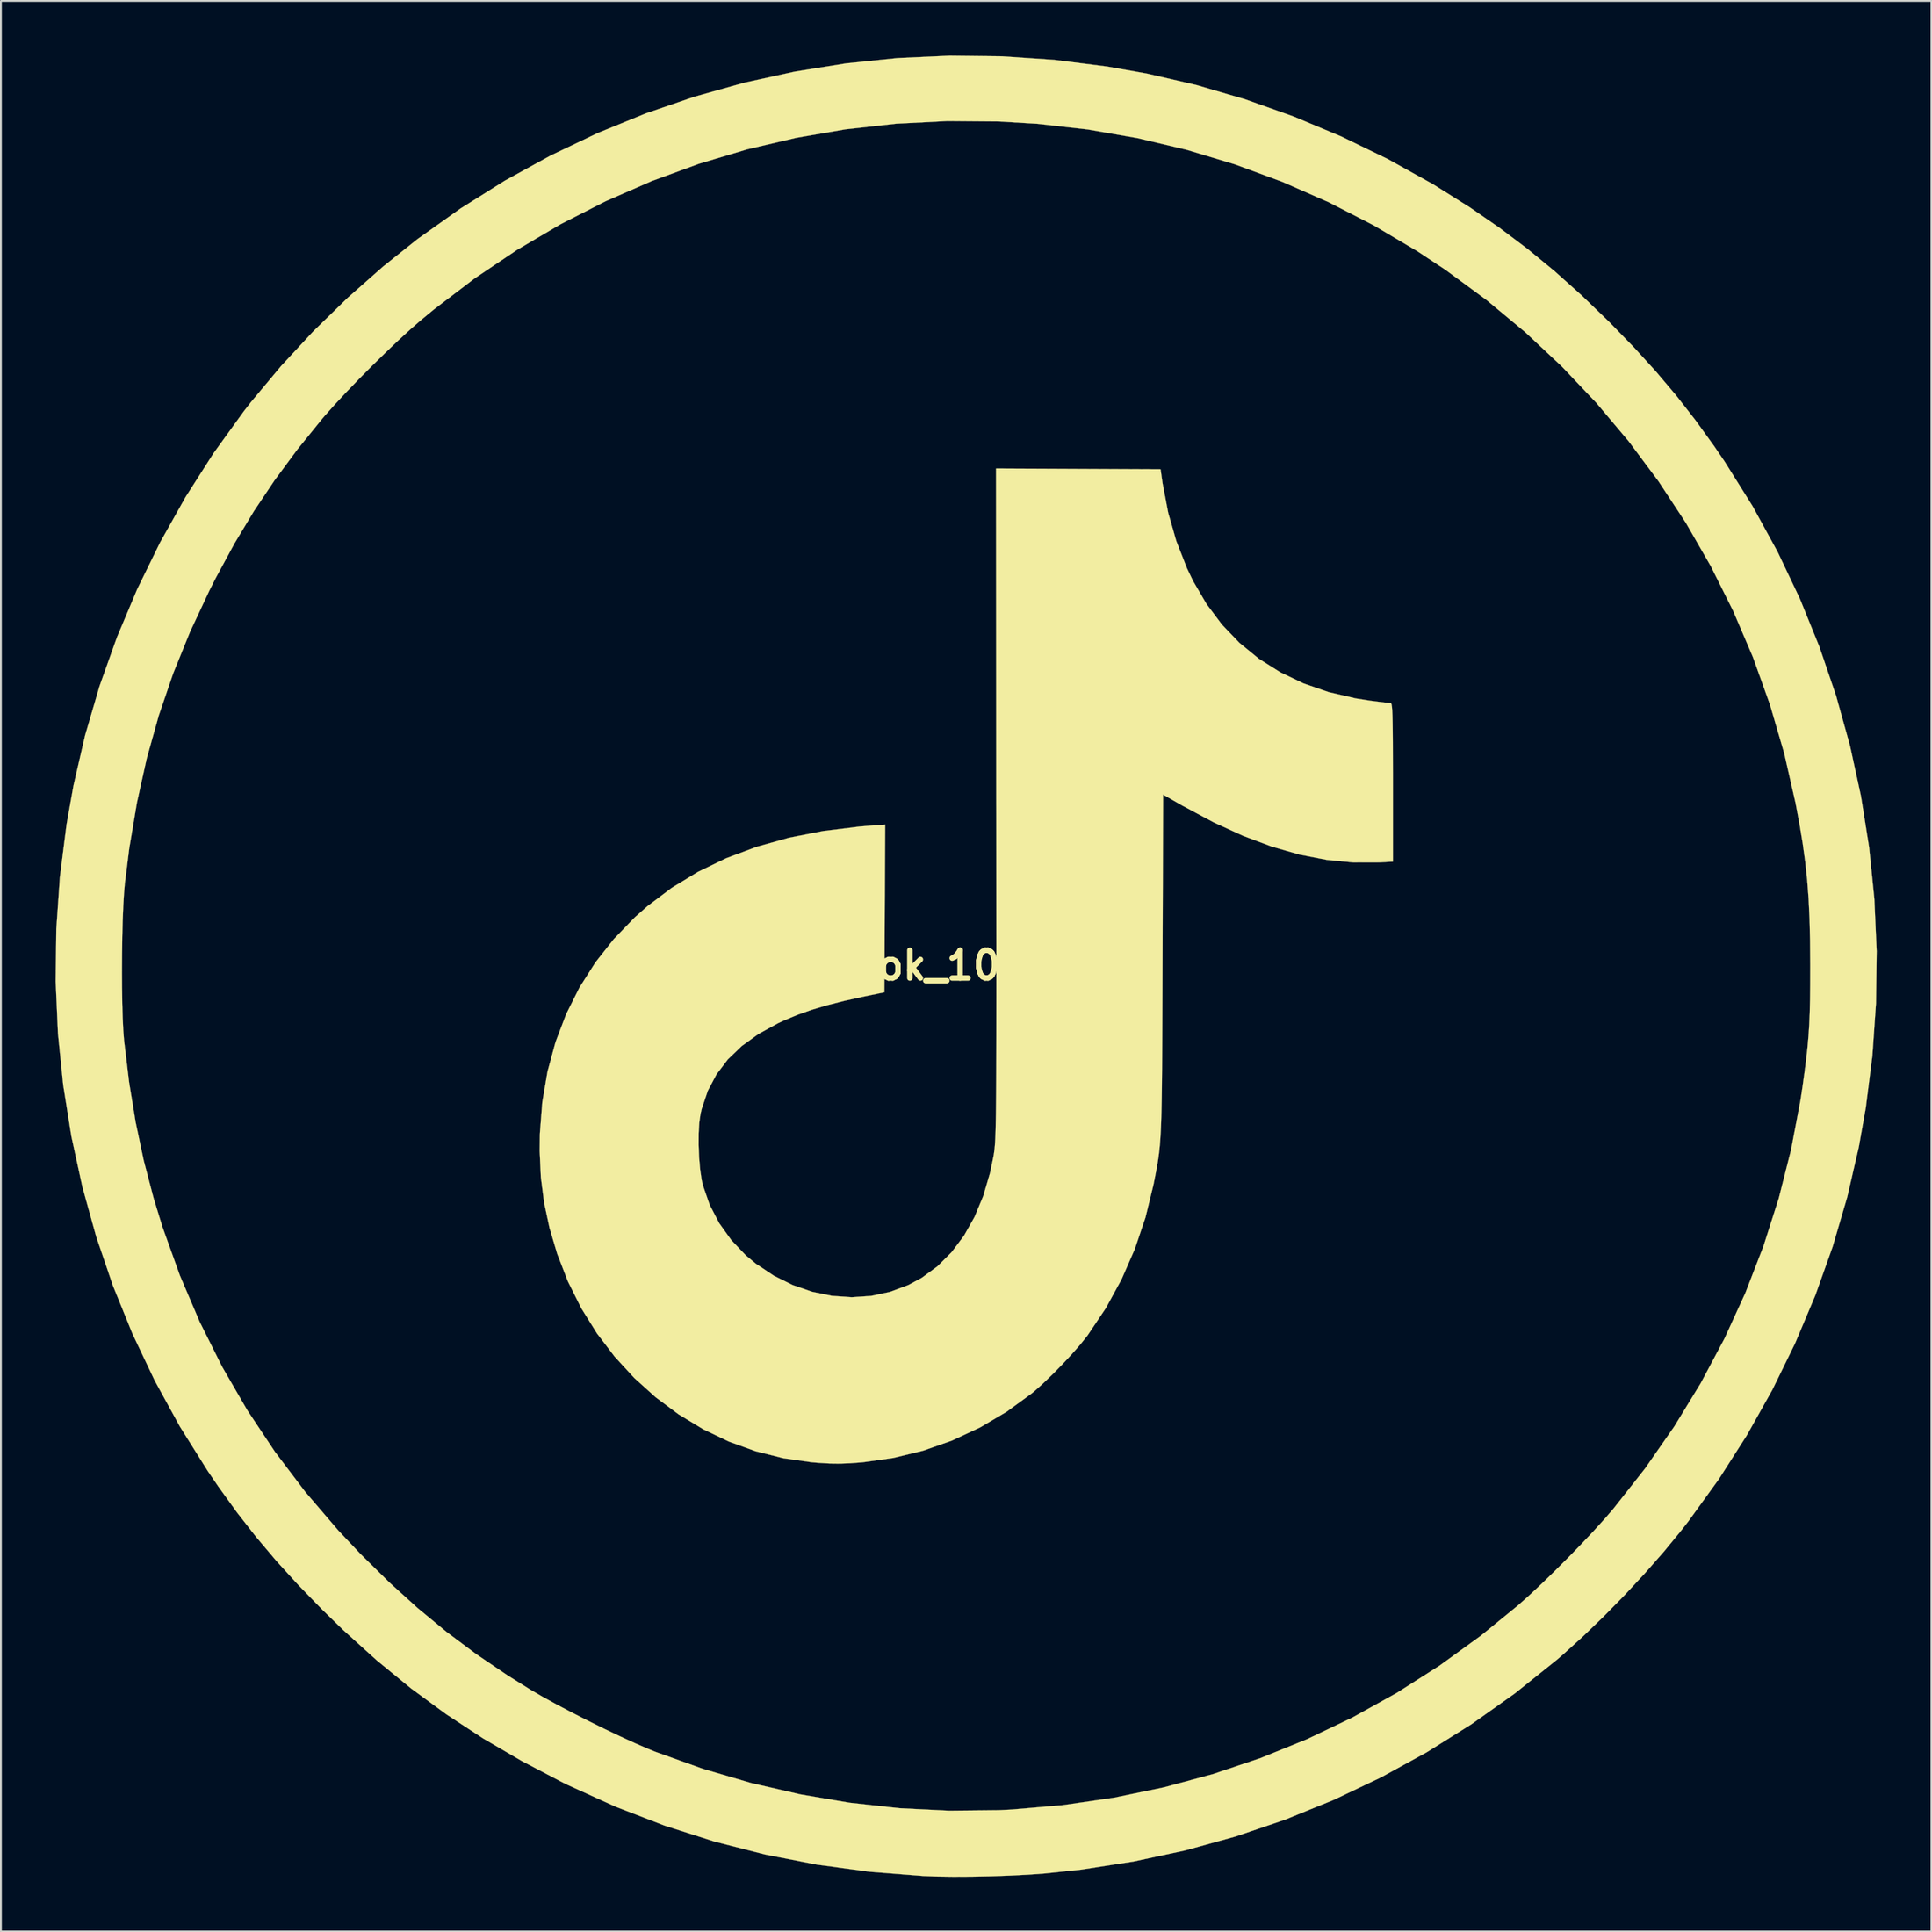
<source format=kicad_pcb>
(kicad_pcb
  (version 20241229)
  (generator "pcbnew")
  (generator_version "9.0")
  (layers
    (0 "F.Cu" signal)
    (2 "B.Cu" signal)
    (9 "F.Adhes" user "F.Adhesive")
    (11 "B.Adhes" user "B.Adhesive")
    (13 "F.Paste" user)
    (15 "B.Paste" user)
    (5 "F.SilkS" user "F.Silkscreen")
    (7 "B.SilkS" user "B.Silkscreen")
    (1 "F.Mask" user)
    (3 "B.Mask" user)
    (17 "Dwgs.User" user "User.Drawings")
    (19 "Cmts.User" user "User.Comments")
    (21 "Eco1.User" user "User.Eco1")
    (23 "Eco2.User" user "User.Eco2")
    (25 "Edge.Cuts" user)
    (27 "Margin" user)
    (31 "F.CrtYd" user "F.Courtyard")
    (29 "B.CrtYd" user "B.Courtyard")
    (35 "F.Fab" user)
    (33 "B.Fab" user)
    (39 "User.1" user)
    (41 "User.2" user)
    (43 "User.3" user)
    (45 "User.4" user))
  (footprint "tiktok_10x10_F"
    (layer "F.Cu")
    (at 49.914 49.917)
    (property "Reference" "tiktok_10x10_F" (at 0 0 0) (layer "F.SilkS") (effects (font (size 1.524 1.524) (thickness 0.3))))
    (attr through_hole)
    (fp_poly (pts (xy 10.707 -27.22) (xy 10.816 -26.46) (xy 11.123 -24.844) (xy 11.571 -23.28) (xy 12.153 -21.795) (xy 12.497 -21.08) (xy 13.229 -19.827) (xy 14.075 -18.7) (xy 15.031 -17.7) (xy 16.096 -16.828) (xy 17.269 -16.086) (xy 18.547 -15.474) (xy 19.928 -14.995) (xy 21.412 -14.649) (xy 22.231 -14.521) (xy 22.629 -14.47) (xy 22.971 -14.429) (xy 23.219 -14.402) (xy 23.33 -14.393) (xy 23.358 -14.375) (xy 23.381 -14.31) (xy 23.4 -14.187) (xy 23.416 -13.992) (xy 23.428 -13.713) (xy 23.437 -13.336) (xy 23.444 -12.848) (xy 23.449 -12.237) (xy 23.451 -11.489) (xy 23.453 -10.592) (xy 23.453 -10.044) (xy 23.453 -5.694) (xy 22.712 -5.654) (xy 21.28 -5.651) (xy 19.823 -5.793) (xy 18.333 -6.083) (xy 16.804 -6.523) (xy 15.231 -7.114) (xy 13.607 -7.858) (xy 11.925 -8.758) (xy 11.871 -8.788) (xy 10.847 -9.375) (xy 10.814 -0.094) (xy 10.809 1.397) (xy 10.804 2.731) (xy 10.799 3.917) (xy 10.793 4.968) (xy 10.786 5.894) (xy 10.778 6.706) (xy 10.768 7.416) (xy 10.755 8.035) (xy 10.739 8.573) (xy 10.72 9.043) (xy 10.697 9.455) (xy 10.67 9.821) (xy 10.638 10.151) (xy 10.601 10.457) (xy 10.558 10.749) (xy 10.509 11.04) (xy 10.453 11.34) (xy 10.391 11.66) (xy 10.321 12.012) (xy 10.319 12.023) (xy 9.881 13.816) (xy 9.295 15.553) (xy 8.567 17.219) (xy 7.705 18.798) (xy 6.715 20.275) (xy 6.659 20.35) (xy 6.3 20.798) (xy 5.846 21.316) (xy 5.334 21.867) (xy 4.799 22.412) (xy 4.278 22.915) (xy 3.807 23.338) (xy 3.641 23.476) (xy 2.259 24.486) (xy 0.799 25.349) (xy -0.729 26.062) (xy -2.317 26.62) (xy -3.954 27.019) (xy -5.63 27.256) (xy -5.673 27.26) (xy -6.326 27.309) (xy -6.894 27.33) (xy -7.446 27.323) (xy -8.055 27.287) (xy -8.433 27.255) (xy -9.991 27.033) (xy -11.509 26.651) (xy -12.978 26.119) (xy -14.387 25.443) (xy -15.727 24.631) (xy -16.99 23.691) (xy -18.165 22.631) (xy -19.243 21.459) (xy -20.215 20.181) (xy -21.071 18.807) (xy -21.803 17.342) (xy -22.395 15.814) (xy -22.816 14.394) (xy -23.111 13.014) (xy -23.289 11.625) (xy -23.355 10.178) (xy -23.344 9.231) (xy -23.21 7.492) (xy -22.923 5.814) (xy -22.485 4.203) (xy -21.9 2.665) (xy -21.169 1.206) (xy -20.296 -0.168) (xy -19.285 -1.451) (xy -18.136 -2.638) (xy -17.436 -3.257) (xy -16.107 -4.259) (xy -14.668 -5.134) (xy -13.118 -5.883) (xy -11.457 -6.506) (xy -9.684 -7.003) (xy -7.799 -7.374) (xy -5.8 -7.62) (xy -5.227 -7.666) (xy -4.401 -7.725) (xy -4.423 -3.128) (xy -4.445 1.47) (xy -5.546 1.699) (xy -6.641 1.941) (xy -7.598 2.184) (xy -8.448 2.437) (xy -9.22 2.711) (xy -9.947 3.014) (xy -10.288 3.173) (xy -11.354 3.759) (xy -12.27 4.42) (xy -13.036 5.157) (xy -13.656 5.974) (xy -14.131 6.873) (xy -14.464 7.858) (xy -14.534 8.155) (xy -14.6 8.624) (xy -14.634 9.211) (xy -14.636 9.865) (xy -14.609 10.539) (xy -14.554 11.184) (xy -14.472 11.75) (xy -14.402 12.065) (xy -14.03 13.134) (xy -13.506 14.142) (xy -12.842 15.07) (xy -12.051 15.902) (xy -11.493 16.367) (xy -10.509 17.022) (xy -9.477 17.535) (xy -8.412 17.903) (xy -7.33 18.126) (xy -6.246 18.203) (xy -5.175 18.131) (xy -4.134 17.91) (xy -3.138 17.539) (xy -2.397 17.141) (xy -1.532 16.507) (xy -0.758 15.734) (xy -0.078 14.829) (xy 0.502 13.799) (xy 0.98 12.65) (xy 1.352 11.388) (xy 1.535 10.508) (xy 1.555 10.395) (xy 1.573 10.282) (xy 1.589 10.162) (xy 1.605 10.029) (xy 1.618 9.875) (xy 1.631 9.693) (xy 1.642 9.477) (xy 1.652 9.218) (xy 1.661 8.911) (xy 1.669 8.549) (xy 1.676 8.123) (xy 1.681 7.628) (xy 1.686 7.057) (xy 1.69 6.401) (xy 1.694 5.655) (xy 1.696 4.812) (xy 1.698 3.863) (xy 1.699 2.803) (xy 1.7 1.625) (xy 1.7 0.321) (xy 1.7 -1.116) (xy 1.699 -2.693) (xy 1.698 -4.416) (xy 1.697 -6.292) (xy 1.696 -8.329) (xy 1.695 -8.87) (xy 1.682 -27.264) (xy 10.707 -27.22)) (stroke (width 0.01) (type solid)) (fill yes) (layer "F.SilkS"))
    (fp_poly (pts (xy 2.003 -49.879) (xy 4.878 -49.683) (xy 7.756 -49.32) (xy 9.948 -48.932) (xy 12.656 -48.307) (xy 15.348 -47.519) (xy 18.008 -46.574) (xy 20.621 -45.479) (xy 23.171 -44.241) (xy 25.644 -42.865) (xy 27.673 -41.591) (xy 29.293 -40.474) (xy 30.83 -39.317) (xy 32.321 -38.092) (xy 33.8 -36.768) (xy 35.305 -35.318) (xy 35.355 -35.268) (xy 36.679 -33.907) (xy 37.882 -32.586) (xy 38.996 -31.268) (xy 40.05 -29.916) (xy 41.076 -28.494) (xy 41.654 -27.644) (xy 43.179 -25.209) (xy 44.554 -22.701) (xy 45.778 -20.125) (xy 46.849 -17.489) (xy 47.766 -14.799) (xy 48.528 -12.063) (xy 49.133 -9.287) (xy 49.58 -6.478) (xy 49.867 -3.643) (xy 49.994 -0.789) (xy 49.958 2.076) (xy 49.759 4.947) (xy 49.395 7.816) (xy 49.016 9.948) (xy 48.381 12.698) (xy 47.583 15.418) (xy 46.628 18.098) (xy 45.52 20.726) (xy 44.265 23.291) (xy 42.868 25.78) (xy 41.335 28.182) (xy 39.671 30.486) (xy 39.266 31.007) (xy 38.327 32.151) (xy 37.286 33.337) (xy 36.179 34.53) (xy 35.039 35.693) (xy 33.9 36.792) (xy 32.798 37.791) (xy 32.427 38.11) (xy 30.139 39.94) (xy 27.768 41.624) (xy 25.318 43.16) (xy 22.794 44.546) (xy 20.201 45.78) (xy 17.543 46.861) (xy 14.826 47.785) (xy 12.053 48.552) (xy 9.23 49.158) (xy 6.361 49.603) (xy 4.318 49.818) (xy 3.427 49.882) (xy 2.438 49.933) (xy 1.397 49.969) (xy 0.348 49.989) (xy -0.662 49.994) (xy -1.589 49.981) (xy -2.299 49.955) (xy -5.248 49.722) (xy -8.141 49.33) (xy -10.98 48.777) (xy -13.766 48.064) (xy -16.5 47.19) (xy -19.182 46.156) (xy -21.815 44.959) (xy -22.098 44.82) (xy -24.356 43.635) (xy -26.477 42.394) (xy -28.488 41.075) (xy -30.415 39.66) (xy -32.287 38.129) (xy -34.131 36.461) (xy -35.27 35.353) (xy -36.594 33.992) (xy -37.798 32.671) (xy -38.911 31.353) (xy -39.966 30.001) (xy -40.991 28.578) (xy -41.57 27.728) (xy -43.095 25.294) (xy -44.47 22.786) (xy -45.694 20.21) (xy -46.765 17.573) (xy -47.682 14.884) (xy -48.443 12.147) (xy -49.048 9.371) (xy -49.495 6.562) (xy -49.783 3.728) (xy -49.909 0.874) (xy -49.902 0.281) (xy -46.274 0.281) (xy -46.27 1.197) (xy -46.257 2.068) (xy -46.234 2.861) (xy -46.202 3.548) (xy -46.16 4.096) (xy -46.159 4.106) (xy -45.881 6.414) (xy -45.523 8.604) (xy -45.077 10.713) (xy -44.535 12.777) (xy -44.051 14.351) (xy -43.097 17.006) (xy -42.005 19.564) (xy -40.773 22.028) (xy -39.399 24.4) (xy -37.881 26.683) (xy -36.219 28.88) (xy -34.409 30.994) (xy -33.189 32.288) (xy -31.612 33.842) (xy -30.049 35.259) (xy -28.467 36.565) (xy -26.834 37.787) (xy -25.116 38.95) (xy -23.856 39.738) (xy -23.212 40.113) (xy -22.453 40.531) (xy -21.613 40.975) (xy -20.725 41.428) (xy -19.826 41.873) (xy -18.948 42.292) (xy -18.127 42.668) (xy -17.396 42.985) (xy -17.024 43.136) (xy -14.416 44.073) (xy -11.76 44.853) (xy -9.067 45.475) (xy -6.349 45.937) (xy -3.618 46.237) (xy -0.883 46.373) (xy 1.843 46.344) (xy 2.54 46.31) (xy 5.374 46.065) (xy 8.159 45.659) (xy 10.893 45.092) (xy 13.572 44.368) (xy 16.193 43.486) (xy 18.75 42.448) (xy 21.241 41.257) (xy 23.662 39.913) (xy 26.009 38.418) (xy 28.279 36.773) (xy 30.311 35.116) (xy 30.919 34.575) (xy 31.6 33.937) (xy 32.326 33.233) (xy 33.067 32.492) (xy 33.794 31.744) (xy 34.477 31.019) (xy 35.086 30.347) (xy 35.552 29.807) (xy 37.293 27.594) (xy 38.89 25.297) (xy 40.34 22.924) (xy 41.642 20.479) (xy 42.791 17.97) (xy 43.785 15.401) (xy 44.623 12.779) (xy 45.3 10.111) (xy 45.815 7.4) (xy 45.925 6.671) (xy 46.037 5.863) (xy 46.128 5.15) (xy 46.2 4.499) (xy 46.255 3.878) (xy 46.296 3.254) (xy 46.323 2.596) (xy 46.341 1.872) (xy 46.349 1.047) (xy 46.351 0.092) (xy 46.351 -0.085) (xy 46.341 -1.399) (xy 46.312 -2.581) (xy 46.26 -3.665) (xy 46.183 -4.688) (xy 46.076 -5.685) (xy 45.938 -6.692) (xy 45.764 -7.744) (xy 45.552 -8.877) (xy 45.541 -8.932) (xy 44.92 -11.651) (xy 44.141 -14.312) (xy 43.209 -16.911) (xy 42.127 -19.442) (xy 40.9 -21.898) (xy 39.532 -24.275) (xy 38.026 -26.565) (xy 36.387 -28.763) (xy 34.619 -30.863) (xy 32.725 -32.86) (xy 30.711 -34.747) (xy 28.579 -36.518) (xy 26.334 -38.168) (xy 24.803 -39.181) (xy 22.399 -40.605) (xy 19.926 -41.876) (xy 17.389 -42.991) (xy 14.794 -43.95) (xy 12.146 -44.749) (xy 9.452 -45.389) (xy 6.716 -45.865) (xy 3.946 -46.178) (xy 1.84 -46.304) (xy -0.992 -46.327) (xy -3.794 -46.183) (xy -6.563 -45.876) (xy -9.293 -45.405) (xy -11.98 -44.774) (xy -14.619 -43.984) (xy -17.204 -43.036) (xy -19.731 -41.932) (xy -22.195 -40.674) (xy -24.591 -39.263) (xy -26.914 -37.702) (xy -29.16 -35.992) (xy -29.887 -35.391) (xy -30.463 -34.889) (xy -31.118 -34.287) (xy -31.824 -33.614) (xy -32.554 -32.898) (xy -33.278 -32.168) (xy -33.968 -31.452) (xy -34.595 -30.778) (xy -35.132 -30.176) (xy -35.292 -29.988) (xy -36.66 -28.297) (xy -37.898 -26.623) (xy -39.035 -24.924) (xy -40.098 -23.158) (xy -41.116 -21.281) (xy -41.475 -20.574) (xy -42.54 -18.299) (xy -43.464 -16.021) (xy -44.252 -13.718) (xy -44.912 -11.367) (xy -45.45 -8.944) (xy -45.873 -6.428) (xy -46.116 -4.487) (xy -46.163 -3.932) (xy -46.203 -3.241) (xy -46.234 -2.443) (xy -46.256 -1.57) (xy -46.269 -0.652) (xy -46.274 0.281) (xy -49.902 0.281) (xy -49.874 -1.992) (xy -49.675 -4.862) (xy -49.311 -7.731) (xy -48.932 -9.864) (xy -48.297 -12.613) (xy -47.499 -15.334) (xy -46.543 -18.014) (xy -45.435 -20.642) (xy -44.18 -23.206) (xy -42.783 -25.695) (xy -41.25 -28.098) (xy -39.586 -30.402) (xy -39.181 -30.922) (xy -37.546 -32.879) (xy -35.774 -34.79) (xy -33.894 -36.623) (xy -31.938 -38.35) (xy -30.054 -39.852) (xy -27.695 -41.529) (xy -25.259 -43.058) (xy -22.75 -44.437) (xy -20.176 -45.666) (xy -17.544 -46.741) (xy -14.858 -47.663) (xy -12.127 -48.43) (xy -9.355 -49.039) (xy -6.55 -49.49) (xy -3.718 -49.782) (xy -0.865 -49.912) (xy 2.003 -49.879)) (stroke (width 0.01) (type solid)) (fill yes) (layer "F.SilkS")))
  (gr_rect
    (start -3 -3)
    (end 102.913 102.916)
    (stroke (width 0.1) (type default))
    (fill no)
    (layer "Edge.Cuts")))
</source>
